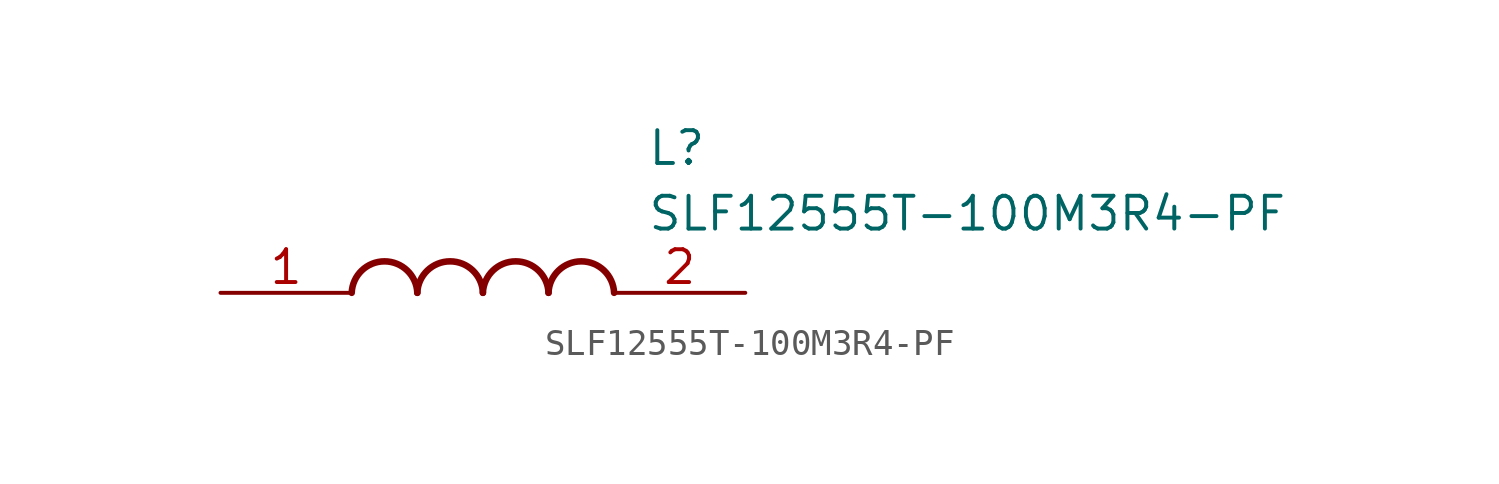
<source format=kicad_sym>
(kicad_symbol_lib
  (version 20211014)
  (generator SamacSys_ECAD_Model)
  (symbol "SLF12555T-100M3R4-PF"
    (pin_names hide)
    (property "Reference" "L"
      (at 16.51 6.35 0)
      (effects (font (size 1.27 1.27)) (justify left top)))
    (property "Value" "SLF12555T-100M3R4-PF"
      (at 16.51 3.81 0)
      (effects (font (size 1.27 1.27)) (justify left top)))
    (arc
      (start 7.62 0)
      (mid 6.35 1.219)
      (end 5.08 0)
      (stroke (width 0.254) (type default))
      (fill (type none)))
    (arc
      (start 10.16 0)
      (mid 8.89 1.219)
      (end 7.62 0)
      (stroke (width 0.254) (type default))
      (fill (type none)))
    (arc
      (start 12.7 0)
      (mid 11.43 1.219)
      (end 10.16 0)
      (stroke (width 0.254) (type default))
      (fill (type none)))
    (arc
      (start 15.24 0)
      (mid 13.97 1.219)
      (end 12.7 0)
      (stroke (width 0.254) (type default))
      (fill (type none)))
    (pin passive line
      (at 0 0 0)
      (length 5.08)
      (name "1" (effects (font (size 1.27 1.27))))
      (number "1" (effects (font (size 1.27 1.27)))))
    (pin passive line
      (at 20.32 0 180)
      (length 5.08)
      (name "2" (effects (font (size 1.27 1.27))))
      (number "2" (effects (font (size 1.27 1.27)))))))
</source>
